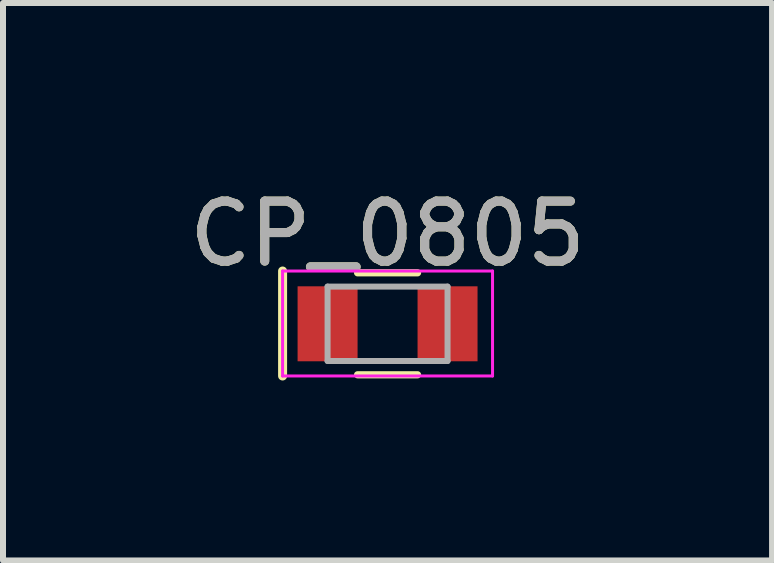
<source format=kicad_pcb>
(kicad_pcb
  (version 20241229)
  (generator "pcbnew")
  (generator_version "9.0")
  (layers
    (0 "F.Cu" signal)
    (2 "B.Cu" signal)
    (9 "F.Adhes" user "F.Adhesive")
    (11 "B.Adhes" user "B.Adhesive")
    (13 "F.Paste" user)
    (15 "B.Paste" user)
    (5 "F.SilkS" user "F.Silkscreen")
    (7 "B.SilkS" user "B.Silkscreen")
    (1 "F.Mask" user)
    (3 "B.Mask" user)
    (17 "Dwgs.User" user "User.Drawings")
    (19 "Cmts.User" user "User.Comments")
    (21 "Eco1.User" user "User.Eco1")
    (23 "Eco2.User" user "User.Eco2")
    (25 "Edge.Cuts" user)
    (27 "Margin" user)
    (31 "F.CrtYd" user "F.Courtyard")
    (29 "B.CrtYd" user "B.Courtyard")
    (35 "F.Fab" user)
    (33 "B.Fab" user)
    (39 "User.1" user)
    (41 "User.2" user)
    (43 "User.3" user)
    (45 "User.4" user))
  (footprint "CP_0805"
    (layer "F.Cu")
    (at 3.411 2.348)
    (property "Reference" "CP_0805" (at 0 -1.5 0) (layer "F.SilkS") (effects (font (size 1 1) (thickness 0.15))))
    (attr smd)
    (fp_line (start -1.75 -0.88) (end -1.75 0.87) (stroke (width 0.15) (type solid)) (layer "F.SilkS"))
    (fp_line (start -0.5 0.85) (end 0.5 0.85) (stroke (width 0.12) (type solid)) (layer "F.SilkS"))
    (fp_line (start 0.5 -0.85) (end -0.5 -0.85) (stroke (width 0.12) (type solid)) (layer "F.SilkS"))
    (fp_line (start -1.75 -0.88) (end -1.75 0.87) (stroke (width 0.05) (type solid)) (layer "F.CrtYd"))
    (fp_line (start -1.75 -0.88) (end 1.75 -0.88) (stroke (width 0.05) (type solid)) (layer "F.CrtYd"))
    (fp_line (start 1.75 0.87) (end -1.75 0.87) (stroke (width 0.05) (type solid)) (layer "F.CrtYd"))
    (fp_line (start 1.75 0.87) (end 1.75 -0.88) (stroke (width 0.05) (type solid)) (layer "F.CrtYd"))
    (fp_line (start -1 -0.62) (end 1 -0.62) (stroke (width 0.1) (type solid)) (layer "F.Fab"))
    (fp_line (start -1 0.62) (end -1 -0.62) (stroke (width 0.1) (type solid)) (layer "F.Fab"))
    (fp_line (start 1 -0.62) (end 1 0.62) (stroke (width 0.1) (type solid)) (layer "F.Fab"))
    (fp_line (start 1 0.62) (end -1 0.62) (stroke (width 0.1) (type solid)) (layer "F.Fab"))
    (fp_text user "${REFERENCE}" (at 0 -1.5 0) (layer "F.Fab") (effects (font (size 1 1) (thickness 0.15))))
    (pad "1" smd rect (at -1 0) (size 1 1.25) (layers "F.Cu" "F.Mask" "F.Paste"))
    (pad "2" smd rect (at 1 0) (size 1 1.25) (layers "F.Cu" "F.Mask" "F.Paste")))
  (gr_rect
    (start -3 -3)
    (end 9.821 6.293)
    (stroke (width 0.1) (type default))
    (fill no)
    (layer "Edge.Cuts")))
</source>
